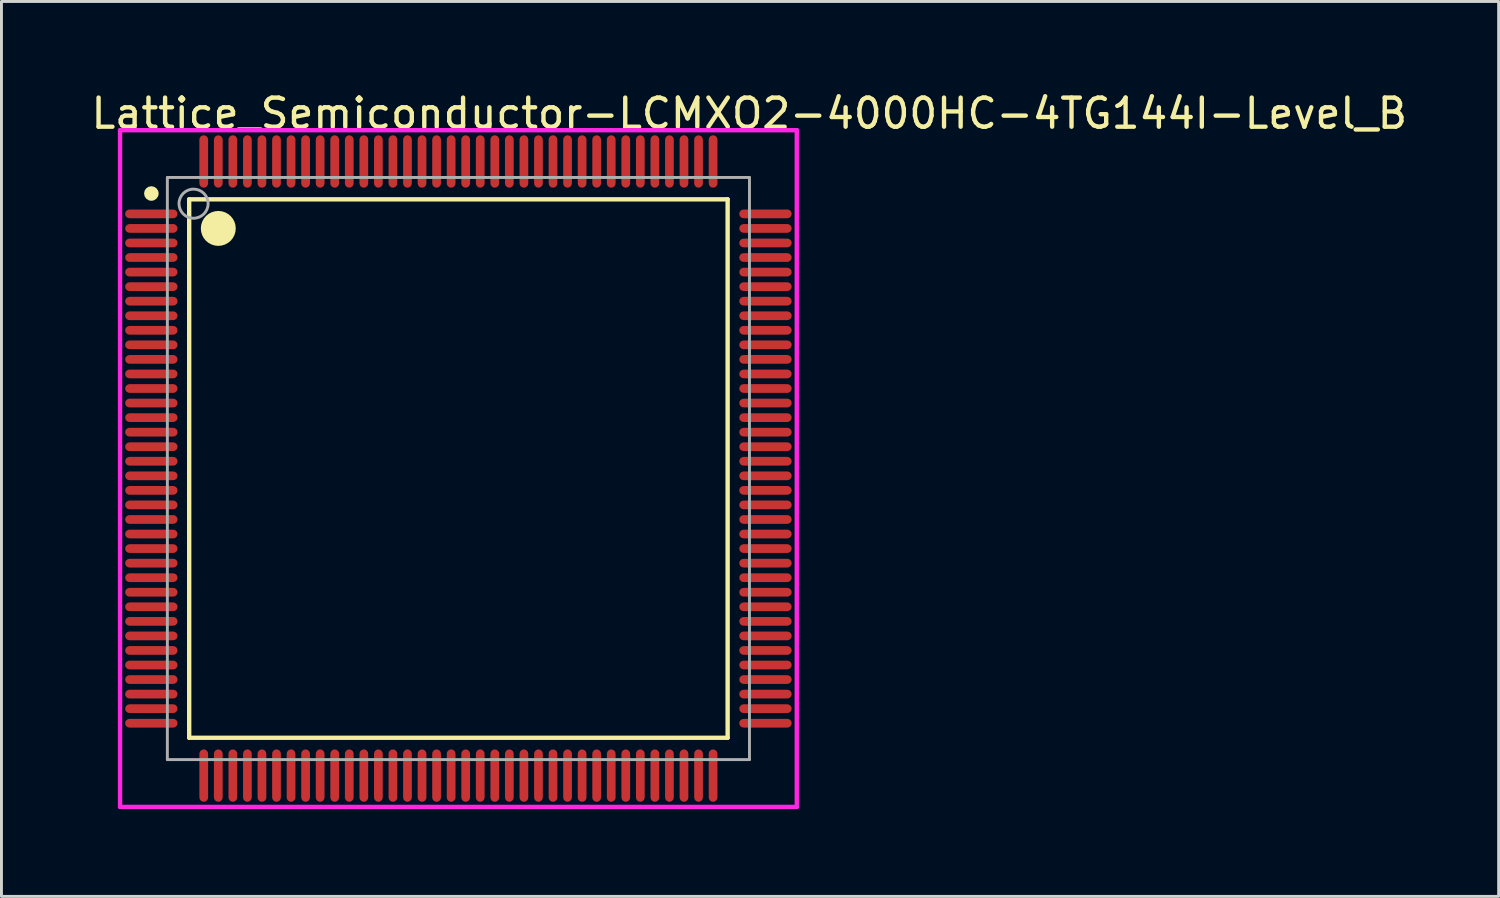
<source format=kicad_pcb>
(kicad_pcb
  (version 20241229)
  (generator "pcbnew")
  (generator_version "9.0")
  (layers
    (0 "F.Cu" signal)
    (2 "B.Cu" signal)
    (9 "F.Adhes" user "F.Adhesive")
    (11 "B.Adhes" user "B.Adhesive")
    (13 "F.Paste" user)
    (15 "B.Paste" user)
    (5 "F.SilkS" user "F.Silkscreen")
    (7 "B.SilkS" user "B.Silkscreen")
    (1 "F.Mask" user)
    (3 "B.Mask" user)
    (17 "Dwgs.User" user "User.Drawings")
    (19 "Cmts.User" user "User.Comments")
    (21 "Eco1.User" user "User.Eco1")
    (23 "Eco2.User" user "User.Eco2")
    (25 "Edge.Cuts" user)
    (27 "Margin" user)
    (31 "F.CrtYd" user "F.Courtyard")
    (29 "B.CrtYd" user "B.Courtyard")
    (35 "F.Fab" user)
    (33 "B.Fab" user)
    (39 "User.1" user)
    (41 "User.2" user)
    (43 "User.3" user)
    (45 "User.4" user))
  (footprint "Lattice_Semiconductor-LCMXO2-4000HC-4TG144I-Level_B"
    (layer "F.Cu")
    (at 12.7 13.048)
    (property "Reference" "Lattice_Semiconductor-LCMXO2-4000HC-4TG144I-Level_B" (at -12.7 -12.2 0) (layer "F.SilkS") (effects (font (size 1 1) (thickness 0.15)) (justify left)))
    (attr through_hole)
    (fp_line (start -9.25 -9.25) (end 9.25 -9.25) (stroke (width 0.15) (type solid)) (layer "F.SilkS"))
    (fp_line (start -9.25 9.25) (end -9.25 -9.25) (stroke (width 0.15) (type solid)) (layer "F.SilkS"))
    (fp_line (start -9.25 9.25) (end 9.25 9.25) (stroke (width 0.15) (type solid)) (layer "F.SilkS"))
    (fp_line (start 9.25 9.25) (end 9.25 -9.25) (stroke (width 0.15) (type solid)) (layer "F.SilkS"))
    (fp_circle (center -10.55 -9.45) (end -10.425 -9.45) (stroke (width 0.25) (type solid)) (fill no) (layer "F.SilkS"))
    (fp_circle (center -8.25 -8.25) (end -7.95 -8.25) (stroke (width 0.6) (type solid)) (fill no) (layer "F.SilkS"))
    (fp_line (start -11.625 -11.625) (end -11.625 11.625) (stroke (width 0.15) (type solid)) (layer "F.CrtYd"))
    (fp_line (start -11.625 11.625) (end 11.625 11.625) (stroke (width 0.15) (type solid)) (layer "F.CrtYd"))
    (fp_line (start 11.625 -11.625) (end -11.625 -11.625) (stroke (width 0.15) (type solid)) (layer "F.CrtYd"))
    (fp_line (start 11.625 -11.625) (end 11.625 -11.625) (stroke (width 0.15) (type solid)) (layer "F.CrtYd"))
    (fp_line (start 11.625 11.625) (end 11.625 -11.625) (stroke (width 0.15) (type solid)) (layer "F.CrtYd"))
    (fp_line (start -10 -10) (end 10 -10) (stroke (width 0.1) (type solid)) (layer "F.Fab"))
    (fp_line (start -10 10) (end -10 -10) (stroke (width 0.1) (type solid)) (layer "F.Fab"))
    (fp_line (start -10 10) (end 10 10) (stroke (width 0.1) (type solid)) (layer "F.Fab"))
    (fp_line (start 10 10) (end 10 -10) (stroke (width 0.1) (type solid)) (layer "F.Fab"))
    (fp_circle (center -9.1 -9.1) (end -8.6 -9.1) (stroke (width 0.1) (type solid)) (fill no) (layer "F.Fab"))
    (pad "1" smd roundrect (at -10.55 -8.75 270) (size 0.3 1.8) (layers "F.Cu" "F.Mask" "F.Paste") (roundrect_rratio 0.5))
    (pad "2" smd roundrect (at -10.55 -8.25 270) (size 0.3 1.8) (layers "F.Cu" "F.Mask" "F.Paste") (roundrect_rratio 0.5))
    (pad "3" smd roundrect (at -10.55 -7.75 270) (size 0.3 1.8) (layers "F.Cu" "F.Mask" "F.Paste") (roundrect_rratio 0.5))
    (pad "4" smd roundrect (at -10.55 -7.25 270) (size 0.3 1.8) (layers "F.Cu" "F.Mask" "F.Paste") (roundrect_rratio 0.5))
    (pad "5" smd roundrect (at -10.55 -6.75 270) (size 0.3 1.8) (layers "F.Cu" "F.Mask" "F.Paste") (roundrect_rratio 0.5))
    (pad "6" smd roundrect (at -10.55 -6.25 270) (size 0.3 1.8) (layers "F.Cu" "F.Mask" "F.Paste") (roundrect_rratio 0.5))
    (pad "7" smd roundrect (at -10.55 -5.75 270) (size 0.3 1.8) (layers "F.Cu" "F.Mask" "F.Paste") (roundrect_rratio 0.5))
    (pad "8" smd roundrect (at -10.55 -5.25 270) (size 0.3 1.8) (layers "F.Cu" "F.Mask" "F.Paste") (roundrect_rratio 0.5))
    (pad "9" smd roundrect (at -10.55 -4.75 270) (size 0.3 1.8) (layers "F.Cu" "F.Mask" "F.Paste") (roundrect_rratio 0.5))
    (pad "10" smd roundrect (at -10.55 -4.25 270) (size 0.3 1.8) (layers "F.Cu" "F.Mask" "F.Paste") (roundrect_rratio 0.5))
    (pad "11" smd roundrect (at -10.55 -3.75 270) (size 0.3 1.8) (layers "F.Cu" "F.Mask" "F.Paste") (roundrect_rratio 0.5))
    (pad "12" smd roundrect (at -10.55 -3.25 270) (size 0.3 1.8) (layers "F.Cu" "F.Mask" "F.Paste") (roundrect_rratio 0.5))
    (pad "13" smd roundrect (at -10.55 -2.75 270) (size 0.3 1.8) (layers "F.Cu" "F.Mask" "F.Paste") (roundrect_rratio 0.5))
    (pad "14" smd roundrect (at -10.55 -2.25 270) (size 0.3 1.8) (layers "F.Cu" "F.Mask" "F.Paste") (roundrect_rratio 0.5))
    (pad "15" smd roundrect (at -10.55 -1.75 270) (size 0.3 1.8) (layers "F.Cu" "F.Mask" "F.Paste") (roundrect_rratio 0.5))
    (pad "16" smd roundrect (at -10.55 -1.25 270) (size 0.3 1.8) (layers "F.Cu" "F.Mask" "F.Paste") (roundrect_rratio 0.5))
    (pad "17" smd roundrect (at -10.55 -0.75 270) (size 0.3 1.8) (layers "F.Cu" "F.Mask" "F.Paste") (roundrect_rratio 0.5))
    (pad "18" smd roundrect (at -10.55 -0.25 270) (size 0.3 1.8) (layers "F.Cu" "F.Mask" "F.Paste") (roundrect_rratio 0.5))
    (pad "19" smd roundrect (at -10.55 0.25 270) (size 0.3 1.8) (layers "F.Cu" "F.Mask" "F.Paste") (roundrect_rratio 0.5))
    (pad "20" smd roundrect (at -10.55 0.75 270) (size 0.3 1.8) (layers "F.Cu" "F.Mask" "F.Paste") (roundrect_rratio 0.5))
    (pad "21" smd roundrect (at -10.55 1.25 270) (size 0.3 1.8) (layers "F.Cu" "F.Mask" "F.Paste") (roundrect_rratio 0.5))
    (pad "22" smd roundrect (at -10.55 1.75 270) (size 0.3 1.8) (layers "F.Cu" "F.Mask" "F.Paste") (roundrect_rratio 0.5))
    (pad "23" smd roundrect (at -10.55 2.25 270) (size 0.3 1.8) (layers "F.Cu" "F.Mask" "F.Paste") (roundrect_rratio 0.5))
    (pad "24" smd roundrect (at -10.55 2.75 270) (size 0.3 1.8) (layers "F.Cu" "F.Mask" "F.Paste") (roundrect_rratio 0.5))
    (pad "25" smd roundrect (at -10.55 3.25 270) (size 0.3 1.8) (layers "F.Cu" "F.Mask" "F.Paste") (roundrect_rratio 0.5))
    (pad "26" smd roundrect (at -10.55 3.75 270) (size 0.3 1.8) (layers "F.Cu" "F.Mask" "F.Paste") (roundrect_rratio 0.5))
    (pad "27" smd roundrect (at -10.55 4.25 270) (size 0.3 1.8) (layers "F.Cu" "F.Mask" "F.Paste") (roundrect_rratio 0.5))
    (pad "28" smd roundrect (at -10.55 4.75 270) (size 0.3 1.8) (layers "F.Cu" "F.Mask" "F.Paste") (roundrect_rratio 0.5))
    (pad "29" smd roundrect (at -10.55 5.25 270) (size 0.3 1.8) (layers "F.Cu" "F.Mask" "F.Paste") (roundrect_rratio 0.5))
    (pad "30" smd roundrect (at -10.55 5.75 270) (size 0.3 1.8) (layers "F.Cu" "F.Mask" "F.Paste") (roundrect_rratio 0.5))
    (pad "31" smd roundrect (at -10.55 6.25 270) (size 0.3 1.8) (layers "F.Cu" "F.Mask" "F.Paste") (roundrect_rratio 0.5))
    (pad "32" smd roundrect (at -10.55 6.75 270) (size 0.3 1.8) (layers "F.Cu" "F.Mask" "F.Paste") (roundrect_rratio 0.5))
    (pad "33" smd roundrect (at -10.55 7.25 270) (size 0.3 1.8) (layers "F.Cu" "F.Mask" "F.Paste") (roundrect_rratio 0.5))
    (pad "34" smd roundrect (at -10.55 7.75 270) (size 0.3 1.8) (layers "F.Cu" "F.Mask" "F.Paste") (roundrect_rratio 0.5))
    (pad "35" smd roundrect (at -10.55 8.25 270) (size 0.3 1.8) (layers "F.Cu" "F.Mask" "F.Paste") (roundrect_rratio 0.5))
    (pad "36" smd roundrect (at -10.55 8.75 270) (size 0.3 1.8) (layers "F.Cu" "F.Mask" "F.Paste") (roundrect_rratio 0.5))
    (pad "37" smd roundrect (at -8.75 10.55) (size 0.3 1.8) (layers "F.Cu" "F.Mask" "F.Paste") (roundrect_rratio 0.5))
    (pad "38" smd roundrect (at -8.25 10.55) (size 0.3 1.8) (layers "F.Cu" "F.Mask" "F.Paste") (roundrect_rratio 0.5))
    (pad "39" smd roundrect (at -7.75 10.55) (size 0.3 1.8) (layers "F.Cu" "F.Mask" "F.Paste") (roundrect_rratio 0.5))
    (pad "40" smd roundrect (at -7.25 10.55) (size 0.3 1.8) (layers "F.Cu" "F.Mask" "F.Paste") (roundrect_rratio 0.5))
    (pad "41" smd roundrect (at -6.75 10.55) (size 0.3 1.8) (layers "F.Cu" "F.Mask" "F.Paste") (roundrect_rratio 0.5))
    (pad "42" smd roundrect (at -6.25 10.55) (size 0.3 1.8) (layers "F.Cu" "F.Mask" "F.Paste") (roundrect_rratio 0.5))
    (pad "43" smd roundrect (at -5.75 10.55) (size 0.3 1.8) (layers "F.Cu" "F.Mask" "F.Paste") (roundrect_rratio 0.5))
    (pad "44" smd roundrect (at -5.25 10.55) (size 0.3 1.8) (layers "F.Cu" "F.Mask" "F.Paste") (roundrect_rratio 0.5))
    (pad "45" smd roundrect (at -4.75 10.55) (size 0.3 1.8) (layers "F.Cu" "F.Mask" "F.Paste") (roundrect_rratio 0.5))
    (pad "46" smd roundrect (at -4.25 10.55) (size 0.3 1.8) (layers "F.Cu" "F.Mask" "F.Paste") (roundrect_rratio 0.5))
    (pad "47" smd roundrect (at -3.75 10.55) (size 0.3 1.8) (layers "F.Cu" "F.Mask" "F.Paste") (roundrect_rratio 0.5))
    (pad "48" smd roundrect (at -3.25 10.55) (size 0.3 1.8) (layers "F.Cu" "F.Mask" "F.Paste") (roundrect_rratio 0.5))
    (pad "49" smd roundrect (at -2.75 10.55) (size 0.3 1.8) (layers "F.Cu" "F.Mask" "F.Paste") (roundrect_rratio 0.5))
    (pad "50" smd roundrect (at -2.25 10.55) (size 0.3 1.8) (layers "F.Cu" "F.Mask" "F.Paste") (roundrect_rratio 0.5))
    (pad "51" smd roundrect (at -1.75 10.55) (size 0.3 1.8) (layers "F.Cu" "F.Mask" "F.Paste") (roundrect_rratio 0.5))
    (pad "52" smd roundrect (at -1.25 10.55) (size 0.3 1.8) (layers "F.Cu" "F.Mask" "F.Paste") (roundrect_rratio 0.5))
    (pad "53" smd roundrect (at -0.75 10.55) (size 0.3 1.8) (layers "F.Cu" "F.Mask" "F.Paste") (roundrect_rratio 0.5))
    (pad "54" smd roundrect (at -0.25 10.55) (size 0.3 1.8) (layers "F.Cu" "F.Mask" "F.Paste") (roundrect_rratio 0.5))
    (pad "55" smd roundrect (at 0.25 10.55) (size 0.3 1.8) (layers "F.Cu" "F.Mask" "F.Paste") (roundrect_rratio 0.5))
    (pad "56" smd roundrect (at 0.75 10.55) (size 0.3 1.8) (layers "F.Cu" "F.Mask" "F.Paste") (roundrect_rratio 0.5))
    (pad "57" smd roundrect (at 1.25 10.55) (size 0.3 1.8) (layers "F.Cu" "F.Mask" "F.Paste") (roundrect_rratio 0.5))
    (pad "58" smd roundrect (at 1.75 10.55) (size 0.3 1.8) (layers "F.Cu" "F.Mask" "F.Paste") (roundrect_rratio 0.5))
    (pad "59" smd roundrect (at 2.25 10.55) (size 0.3 1.8) (layers "F.Cu" "F.Mask" "F.Paste") (roundrect_rratio 0.5))
    (pad "60" smd roundrect (at 2.75 10.55) (size 0.3 1.8) (layers "F.Cu" "F.Mask" "F.Paste") (roundrect_rratio 0.5))
    (pad "61" smd roundrect (at 3.25 10.55) (size 0.3 1.8) (layers "F.Cu" "F.Mask" "F.Paste") (roundrect_rratio 0.5))
    (pad "62" smd roundrect (at 3.75 10.55) (size 0.3 1.8) (layers "F.Cu" "F.Mask" "F.Paste") (roundrect_rratio 0.5))
    (pad "63" smd roundrect (at 4.25 10.55) (size 0.3 1.8) (layers "F.Cu" "F.Mask" "F.Paste") (roundrect_rratio 0.5))
    (pad "64" smd roundrect (at 4.75 10.55) (size 0.3 1.8) (layers "F.Cu" "F.Mask" "F.Paste") (roundrect_rratio 0.5))
    (pad "65" smd roundrect (at 5.25 10.55) (size 0.3 1.8) (layers "F.Cu" "F.Mask" "F.Paste") (roundrect_rratio 0.5))
    (pad "66" smd roundrect (at 5.75 10.55) (size 0.3 1.8) (layers "F.Cu" "F.Mask" "F.Paste") (roundrect_rratio 0.5))
    (pad "67" smd roundrect (at 6.25 10.55) (size 0.3 1.8) (layers "F.Cu" "F.Mask" "F.Paste") (roundrect_rratio 0.5))
    (pad "68" smd roundrect (at 6.75 10.55) (size 0.3 1.8) (layers "F.Cu" "F.Mask" "F.Paste") (roundrect_rratio 0.5))
    (pad "69" smd roundrect (at 7.25 10.55) (size 0.3 1.8) (layers "F.Cu" "F.Mask" "F.Paste") (roundrect_rratio 0.5))
    (pad "70" smd roundrect (at 7.75 10.55) (size 0.3 1.8) (layers "F.Cu" "F.Mask" "F.Paste") (roundrect_rratio 0.5))
    (pad "71" smd roundrect (at 8.25 10.55) (size 0.3 1.8) (layers "F.Cu" "F.Mask" "F.Paste") (roundrect_rratio 0.5))
    (pad "72" smd roundrect (at 8.75 10.55) (size 0.3 1.8) (layers "F.Cu" "F.Mask" "F.Paste") (roundrect_rratio 0.5))
    (pad "73" smd roundrect (at 10.55 8.75 270) (size 0.3 1.8) (layers "F.Cu" "F.Mask" "F.Paste") (roundrect_rratio 0.5))
    (pad "74" smd roundrect (at 10.55 8.25 270) (size 0.3 1.8) (layers "F.Cu" "F.Mask" "F.Paste") (roundrect_rratio 0.5))
    (pad "75" smd roundrect (at 10.55 7.75 270) (size 0.3 1.8) (layers "F.Cu" "F.Mask" "F.Paste") (roundrect_rratio 0.5))
    (pad "76" smd roundrect (at 10.55 7.25 270) (size 0.3 1.8) (layers "F.Cu" "F.Mask" "F.Paste") (roundrect_rratio 0.5))
    (pad "77" smd roundrect (at 10.55 6.75 270) (size 0.3 1.8) (layers "F.Cu" "F.Mask" "F.Paste") (roundrect_rratio 0.5))
    (pad "78" smd roundrect (at 10.55 6.25 270) (size 0.3 1.8) (layers "F.Cu" "F.Mask" "F.Paste") (roundrect_rratio 0.5))
    (pad "79" smd roundrect (at 10.55 5.75 270) (size 0.3 1.8) (layers "F.Cu" "F.Mask" "F.Paste") (roundrect_rratio 0.5))
    (pad "80" smd roundrect (at 10.55 5.25 270) (size 0.3 1.8) (layers "F.Cu" "F.Mask" "F.Paste") (roundrect_rratio 0.5))
    (pad "81" smd roundrect (at 10.55 4.75 270) (size 0.3 1.8) (layers "F.Cu" "F.Mask" "F.Paste") (roundrect_rratio 0.5))
    (pad "82" smd roundrect (at 10.55 4.25 270) (size 0.3 1.8) (layers "F.Cu" "F.Mask" "F.Paste") (roundrect_rratio 0.5))
    (pad "83" smd roundrect (at 10.55 3.75 270) (size 0.3 1.8) (layers "F.Cu" "F.Mask" "F.Paste") (roundrect_rratio 0.5))
    (pad "84" smd roundrect (at 10.55 3.25 270) (size 0.3 1.8) (layers "F.Cu" "F.Mask" "F.Paste") (roundrect_rratio 0.5))
    (pad "85" smd roundrect (at 10.55 2.75 270) (size 0.3 1.8) (layers "F.Cu" "F.Mask" "F.Paste") (roundrect_rratio 0.5))
    (pad "86" smd roundrect (at 10.55 2.25 270) (size 0.3 1.8) (layers "F.Cu" "F.Mask" "F.Paste") (roundrect_rratio 0.5))
    (pad "87" smd roundrect (at 10.55 1.75 270) (size 0.3 1.8) (layers "F.Cu" "F.Mask" "F.Paste") (roundrect_rratio 0.5))
    (pad "88" smd roundrect (at 10.55 1.25 270) (size 0.3 1.8) (layers "F.Cu" "F.Mask" "F.Paste") (roundrect_rratio 0.5))
    (pad "89" smd roundrect (at 10.55 0.75 270) (size 0.3 1.8) (layers "F.Cu" "F.Mask" "F.Paste") (roundrect_rratio 0.5))
    (pad "90" smd roundrect (at 10.55 0.25 270) (size 0.3 1.8) (layers "F.Cu" "F.Mask" "F.Paste") (roundrect_rratio 0.5))
    (pad "91" smd roundrect (at 10.55 -0.25 270) (size 0.3 1.8) (layers "F.Cu" "F.Mask" "F.Paste") (roundrect_rratio 0.5))
    (pad "92" smd roundrect (at 10.55 -0.75 270) (size 0.3 1.8) (layers "F.Cu" "F.Mask" "F.Paste") (roundrect_rratio 0.5))
    (pad "93" smd roundrect (at 10.55 -1.25 270) (size 0.3 1.8) (layers "F.Cu" "F.Mask" "F.Paste") (roundrect_rratio 0.5))
    (pad "94" smd roundrect (at 10.55 -1.75 270) (size 0.3 1.8) (layers "F.Cu" "F.Mask" "F.Paste") (roundrect_rratio 0.5))
    (pad "95" smd roundrect (at 10.55 -2.25 270) (size 0.3 1.8) (layers "F.Cu" "F.Mask" "F.Paste") (roundrect_rratio 0.5))
    (pad "96" smd roundrect (at 10.55 -2.75 270) (size 0.3 1.8) (layers "F.Cu" "F.Mask" "F.Paste") (roundrect_rratio 0.5))
    (pad "97" smd roundrect (at 10.55 -3.25 270) (size 0.3 1.8) (layers "F.Cu" "F.Mask" "F.Paste") (roundrect_rratio 0.5))
    (pad "98" smd roundrect (at 10.55 -3.75 270) (size 0.3 1.8) (layers "F.Cu" "F.Mask" "F.Paste") (roundrect_rratio 0.5))
    (pad "99" smd roundrect (at 10.55 -4.25 270) (size 0.3 1.8) (layers "F.Cu" "F.Mask" "F.Paste") (roundrect_rratio 0.5))
    (pad "100" smd roundrect (at 10.55 -4.75 270) (size 0.3 1.8) (layers "F.Cu" "F.Mask" "F.Paste") (roundrect_rratio 0.5))
    (pad "101" smd roundrect (at 10.55 -5.25 270) (size 0.3 1.8) (layers "F.Cu" "F.Mask" "F.Paste") (roundrect_rratio 0.5))
    (pad "102" smd roundrect (at 10.55 -5.75 270) (size 0.3 1.8) (layers "F.Cu" "F.Mask" "F.Paste") (roundrect_rratio 0.5))
    (pad "103" smd roundrect (at 10.55 -6.25 270) (size 0.3 1.8) (layers "F.Cu" "F.Mask" "F.Paste") (roundrect_rratio 0.5))
    (pad "104" smd roundrect (at 10.55 -6.75 270) (size 0.3 1.8) (layers "F.Cu" "F.Mask" "F.Paste") (roundrect_rratio 0.5))
    (pad "105" smd roundrect (at 10.55 -7.25 270) (size 0.3 1.8) (layers "F.Cu" "F.Mask" "F.Paste") (roundrect_rratio 0.5))
    (pad "106" smd roundrect (at 10.55 -7.75 270) (size 0.3 1.8) (layers "F.Cu" "F.Mask" "F.Paste") (roundrect_rratio 0.5))
    (pad "107" smd roundrect (at 10.55 -8.25 270) (size 0.3 1.8) (layers "F.Cu" "F.Mask" "F.Paste") (roundrect_rratio 0.5))
    (pad "108" smd roundrect (at 10.55 -8.75 270) (size 0.3 1.8) (layers "F.Cu" "F.Mask" "F.Paste") (roundrect_rratio 0.5))
    (pad "109" smd roundrect (at 8.75 -10.55) (size 0.3 1.8) (layers "F.Cu" "F.Mask" "F.Paste") (roundrect_rratio 0.5))
    (pad "110" smd roundrect (at 8.25 -10.55) (size 0.3 1.8) (layers "F.Cu" "F.Mask" "F.Paste") (roundrect_rratio 0.5))
    (pad "111" smd roundrect (at 7.75 -10.55) (size 0.3 1.8) (layers "F.Cu" "F.Mask" "F.Paste") (roundrect_rratio 0.5))
    (pad "112" smd roundrect (at 7.25 -10.55) (size 0.3 1.8) (layers "F.Cu" "F.Mask" "F.Paste") (roundrect_rratio 0.5))
    (pad "113" smd roundrect (at 6.75 -10.55) (size 0.3 1.8) (layers "F.Cu" "F.Mask" "F.Paste") (roundrect_rratio 0.5))
    (pad "114" smd roundrect (at 6.25 -10.55) (size 0.3 1.8) (layers "F.Cu" "F.Mask" "F.Paste") (roundrect_rratio 0.5))
    (pad "115" smd roundrect (at 5.75 -10.55) (size 0.3 1.8) (layers "F.Cu" "F.Mask" "F.Paste") (roundrect_rratio 0.5))
    (pad "116" smd roundrect (at 5.25 -10.55) (size 0.3 1.8) (layers "F.Cu" "F.Mask" "F.Paste") (roundrect_rratio 0.5))
    (pad "117" smd roundrect (at 4.75 -10.55) (size 0.3 1.8) (layers "F.Cu" "F.Mask" "F.Paste") (roundrect_rratio 0.5))
    (pad "118" smd roundrect (at 4.25 -10.55) (size 0.3 1.8) (layers "F.Cu" "F.Mask" "F.Paste") (roundrect_rratio 0.5))
    (pad "119" smd roundrect (at 3.75 -10.55) (size 0.3 1.8) (layers "F.Cu" "F.Mask" "F.Paste") (roundrect_rratio 0.5))
    (pad "120" smd roundrect (at 3.25 -10.55) (size 0.3 1.8) (layers "F.Cu" "F.Mask" "F.Paste") (roundrect_rratio 0.5))
    (pad "121" smd roundrect (at 2.75 -10.55) (size 0.3 1.8) (layers "F.Cu" "F.Mask" "F.Paste") (roundrect_rratio 0.5))
    (pad "122" smd roundrect (at 2.25 -10.55) (size 0.3 1.8) (layers "F.Cu" "F.Mask" "F.Paste") (roundrect_rratio 0.5))
    (pad "123" smd roundrect (at 1.75 -10.55) (size 0.3 1.8) (layers "F.Cu" "F.Mask" "F.Paste") (roundrect_rratio 0.5))
    (pad "124" smd roundrect (at 1.25 -10.55) (size 0.3 1.8) (layers "F.Cu" "F.Mask" "F.Paste") (roundrect_rratio 0.5))
    (pad "125" smd roundrect (at 0.75 -10.55) (size 0.3 1.8) (layers "F.Cu" "F.Mask" "F.Paste") (roundrect_rratio 0.5))
    (pad "126" smd roundrect (at 0.25 -10.55) (size 0.3 1.8) (layers "F.Cu" "F.Mask" "F.Paste") (roundrect_rratio 0.5))
    (pad "127" smd roundrect (at -0.25 -10.55) (size 0.3 1.8) (layers "F.Cu" "F.Mask" "F.Paste") (roundrect_rratio 0.5))
    (pad "128" smd roundrect (at -0.75 -10.55) (size 0.3 1.8) (layers "F.Cu" "F.Mask" "F.Paste") (roundrect_rratio 0.5))
    (pad "129" smd roundrect (at -1.25 -10.55) (size 0.3 1.8) (layers "F.Cu" "F.Mask" "F.Paste") (roundrect_rratio 0.5))
    (pad "130" smd roundrect (at -1.75 -10.55) (size 0.3 1.8) (layers "F.Cu" "F.Mask" "F.Paste") (roundrect_rratio 0.5))
    (pad "131" smd roundrect (at -2.25 -10.55) (size 0.3 1.8) (layers "F.Cu" "F.Mask" "F.Paste") (roundrect_rratio 0.5))
    (pad "132" smd roundrect (at -2.75 -10.55) (size 0.3 1.8) (layers "F.Cu" "F.Mask" "F.Paste") (roundrect_rratio 0.5))
    (pad "133" smd roundrect (at -3.25 -10.55) (size 0.3 1.8) (layers "F.Cu" "F.Mask" "F.Paste") (roundrect_rratio 0.5))
    (pad "134" smd roundrect (at -3.75 -10.55) (size 0.3 1.8) (layers "F.Cu" "F.Mask" "F.Paste") (roundrect_rratio 0.5))
    (pad "135" smd roundrect (at -4.25 -10.55) (size 0.3 1.8) (layers "F.Cu" "F.Mask" "F.Paste") (roundrect_rratio 0.5))
    (pad "136" smd roundrect (at -4.75 -10.55) (size 0.3 1.8) (layers "F.Cu" "F.Mask" "F.Paste") (roundrect_rratio 0.5))
    (pad "137" smd roundrect (at -5.25 -10.55) (size 0.3 1.8) (layers "F.Cu" "F.Mask" "F.Paste") (roundrect_rratio 0.5))
    (pad "138" smd roundrect (at -5.75 -10.55) (size 0.3 1.8) (layers "F.Cu" "F.Mask" "F.Paste") (roundrect_rratio 0.5))
    (pad "139" smd roundrect (at -6.25 -10.55) (size 0.3 1.8) (layers "F.Cu" "F.Mask" "F.Paste") (roundrect_rratio 0.5))
    (pad "140" smd roundrect (at -6.75 -10.55) (size 0.3 1.8) (layers "F.Cu" "F.Mask" "F.Paste") (roundrect_rratio 0.5))
    (pad "141" smd roundrect (at -7.25 -10.55) (size 0.3 1.8) (layers "F.Cu" "F.Mask" "F.Paste") (roundrect_rratio 0.5))
    (pad "142" smd roundrect (at -7.75 -10.55) (size 0.3 1.8) (layers "F.Cu" "F.Mask" "F.Paste") (roundrect_rratio 0.5))
    (pad "143" smd roundrect (at -8.25 -10.55) (size 0.3 1.8) (layers "F.Cu" "F.Mask" "F.Paste") (roundrect_rratio 0.5))
    (pad "144" smd roundrect (at -8.75 -10.55) (size 0.3 1.8) (layers "F.Cu" "F.Mask" "F.Paste") (roundrect_rratio 0.5)))
  (gr_rect
    (start -3 -3)
    (end 48.44 27.748)
    (stroke (width 0.1) (type default))
    (fill no)
    (layer "Edge.Cuts")))
</source>
